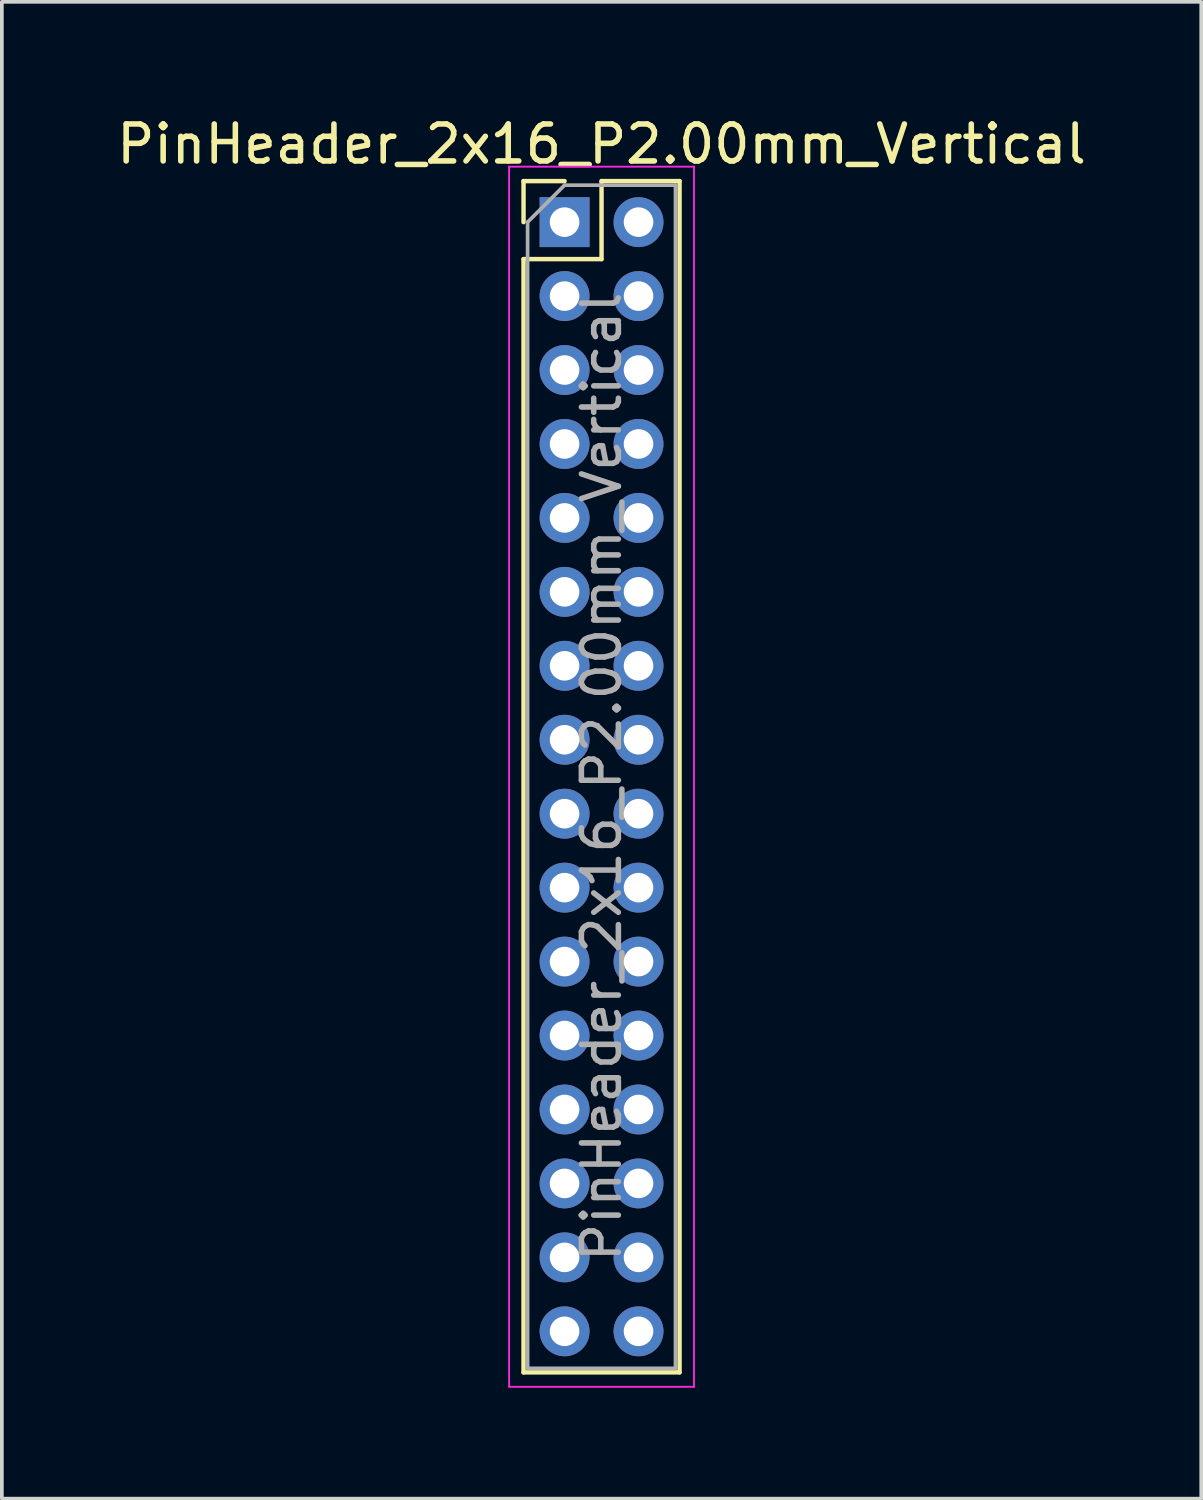
<source format=kicad_pcb>
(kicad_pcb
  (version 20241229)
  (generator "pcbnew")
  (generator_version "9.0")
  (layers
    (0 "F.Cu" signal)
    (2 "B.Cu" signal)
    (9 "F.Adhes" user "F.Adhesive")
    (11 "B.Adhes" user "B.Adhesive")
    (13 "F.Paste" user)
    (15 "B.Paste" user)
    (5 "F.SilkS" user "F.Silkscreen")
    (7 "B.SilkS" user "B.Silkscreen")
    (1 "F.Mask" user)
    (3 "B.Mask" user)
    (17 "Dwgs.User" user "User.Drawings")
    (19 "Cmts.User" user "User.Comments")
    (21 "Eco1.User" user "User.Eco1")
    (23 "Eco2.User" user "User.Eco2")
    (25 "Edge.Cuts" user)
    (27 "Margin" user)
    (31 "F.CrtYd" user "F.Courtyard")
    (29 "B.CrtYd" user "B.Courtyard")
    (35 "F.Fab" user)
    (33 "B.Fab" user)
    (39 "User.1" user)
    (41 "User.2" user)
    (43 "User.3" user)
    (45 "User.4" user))
  (footprint "PinHeader_2x16_P2.00mm_Vertical"
    (layer "F.Cu")
    (at 12.22 2.958)
    (property "Reference" "PinHeader_2x16_P2.00mm_Vertical" (at 1 -2.11 0) (layer "F.SilkS") (effects (font (size 1 1) (thickness 0.15))))
    (attr through_hole)
    (fp_line (start -1.11 -1.11) (end 0 -1.11) (stroke (width 0.12) (type solid)) (layer "F.SilkS"))
    (fp_line (start -1.11 0) (end -1.11 -1.11) (stroke (width 0.12) (type solid)) (layer "F.SilkS"))
    (fp_line (start -1.11 1) (end -1.11 31.11) (stroke (width 0.12) (type solid)) (layer "F.SilkS"))
    (fp_line (start -1.11 1) (end 1 1) (stroke (width 0.12) (type solid)) (layer "F.SilkS"))
    (fp_line (start -1.11 31.11) (end 3.11 31.11) (stroke (width 0.12) (type solid)) (layer "F.SilkS"))
    (fp_line (start 1 -1.11) (end 3.11 -1.11) (stroke (width 0.12) (type solid)) (layer "F.SilkS"))
    (fp_line (start 1 1) (end 1 -1.11) (stroke (width 0.12) (type solid)) (layer "F.SilkS"))
    (fp_line (start 3.11 -1.11) (end 3.11 31.11) (stroke (width 0.12) (type solid)) (layer "F.SilkS"))
    (fp_line (start -1.5 -1.5) (end -1.5 31.5) (stroke (width 0.05) (type solid)) (layer "F.CrtYd"))
    (fp_line (start -1.5 31.5) (end 3.5 31.5) (stroke (width 0.05) (type solid)) (layer "F.CrtYd"))
    (fp_line (start 3.5 -1.5) (end -1.5 -1.5) (stroke (width 0.05) (type solid)) (layer "F.CrtYd"))
    (fp_line (start 3.5 31.5) (end 3.5 -1.5) (stroke (width 0.05) (type solid)) (layer "F.CrtYd"))
    (fp_line (start -1 0) (end 0 -1) (stroke (width 0.1) (type solid)) (layer "F.Fab"))
    (fp_line (start -1 31) (end -1 0) (stroke (width 0.1) (type solid)) (layer "F.Fab"))
    (fp_line (start 0 -1) (end 3 -1) (stroke (width 0.1) (type solid)) (layer "F.Fab"))
    (fp_line (start 3 -1) (end 3 31) (stroke (width 0.1) (type solid)) (layer "F.Fab"))
    (fp_line (start 3 31) (end -1 31) (stroke (width 0.1) (type solid)) (layer "F.Fab"))
    (fp_text user "${REFERENCE}" (at 1 15 90) (layer "F.Fab") (effects (font (size 1 1) (thickness 0.15))))
    (pad "1" thru_hole rect (at 0 0) (size 1.35 1.35) (drill 0.8) (layers "*.Cu" "*.Mask"))
    (pad "2" thru_hole circle (at 2 0) (size 1.35 1.35) (drill 0.8) (layers "*.Cu" "*.Mask"))
    (pad "3" thru_hole circle (at 0 2) (size 1.35 1.35) (drill 0.8) (layers "*.Cu" "*.Mask"))
    (pad "4" thru_hole circle (at 2 2) (size 1.35 1.35) (drill 0.8) (layers "*.Cu" "*.Mask"))
    (pad "5" thru_hole circle (at 0 4) (size 1.35 1.35) (drill 0.8) (layers "*.Cu" "*.Mask"))
    (pad "6" thru_hole circle (at 2 4) (size 1.35 1.35) (drill 0.8) (layers "*.Cu" "*.Mask"))
    (pad "7" thru_hole circle (at 0 6) (size 1.35 1.35) (drill 0.8) (layers "*.Cu" "*.Mask"))
    (pad "8" thru_hole circle (at 2 6) (size 1.35 1.35) (drill 0.8) (layers "*.Cu" "*.Mask"))
    (pad "9" thru_hole circle (at 0 8) (size 1.35 1.35) (drill 0.8) (layers "*.Cu" "*.Mask"))
    (pad "10" thru_hole circle (at 2 8) (size 1.35 1.35) (drill 0.8) (layers "*.Cu" "*.Mask"))
    (pad "11" thru_hole circle (at 0 10) (size 1.35 1.35) (drill 0.8) (layers "*.Cu" "*.Mask"))
    (pad "12" thru_hole circle (at 2 10) (size 1.35 1.35) (drill 0.8) (layers "*.Cu" "*.Mask"))
    (pad "13" thru_hole circle (at 0 12) (size 1.35 1.35) (drill 0.8) (layers "*.Cu" "*.Mask"))
    (pad "14" thru_hole circle (at 2 12) (size 1.35 1.35) (drill 0.8) (layers "*.Cu" "*.Mask"))
    (pad "15" thru_hole circle (at 0 14) (size 1.35 1.35) (drill 0.8) (layers "*.Cu" "*.Mask"))
    (pad "16" thru_hole circle (at 2 14) (size 1.35 1.35) (drill 0.8) (layers "*.Cu" "*.Mask"))
    (pad "17" thru_hole circle (at 0 16) (size 1.35 1.35) (drill 0.8) (layers "*.Cu" "*.Mask"))
    (pad "18" thru_hole circle (at 2 16) (size 1.35 1.35) (drill 0.8) (layers "*.Cu" "*.Mask"))
    (pad "19" thru_hole circle (at 0 18) (size 1.35 1.35) (drill 0.8) (layers "*.Cu" "*.Mask"))
    (pad "20" thru_hole circle (at 2 18) (size 1.35 1.35) (drill 0.8) (layers "*.Cu" "*.Mask"))
    (pad "21" thru_hole circle (at 0 20) (size 1.35 1.35) (drill 0.8) (layers "*.Cu" "*.Mask"))
    (pad "22" thru_hole circle (at 2 20) (size 1.35 1.35) (drill 0.8) (layers "*.Cu" "*.Mask"))
    (pad "23" thru_hole circle (at 0 22) (size 1.35 1.35) (drill 0.8) (layers "*.Cu" "*.Mask"))
    (pad "24" thru_hole circle (at 2 22) (size 1.35 1.35) (drill 0.8) (layers "*.Cu" "*.Mask"))
    (pad "25" thru_hole circle (at 0 24) (size 1.35 1.35) (drill 0.8) (layers "*.Cu" "*.Mask"))
    (pad "26" thru_hole circle (at 2 24) (size 1.35 1.35) (drill 0.8) (layers "*.Cu" "*.Mask"))
    (pad "27" thru_hole circle (at 0 26) (size 1.35 1.35) (drill 0.8) (layers "*.Cu" "*.Mask"))
    (pad "28" thru_hole circle (at 2 26) (size 1.35 1.35) (drill 0.8) (layers "*.Cu" "*.Mask"))
    (pad "29" thru_hole circle (at 0 28) (size 1.35 1.35) (drill 0.8) (layers "*.Cu" "*.Mask"))
    (pad "30" thru_hole circle (at 2 28) (size 1.35 1.35) (drill 0.8) (layers "*.Cu" "*.Mask"))
    (pad "31" thru_hole circle (at 0 30) (size 1.35 1.35) (drill 0.8) (layers "*.Cu" "*.Mask"))
    (pad "32" thru_hole circle (at 2 30) (size 1.35 1.35) (drill 0.8) (layers "*.Cu" "*.Mask")))
  (gr_rect
    (start -3 -3)
    (end 29.44 37.483)
    (stroke (width 0.1) (type default))
    (fill no)
    (layer "Edge.Cuts")))
</source>
